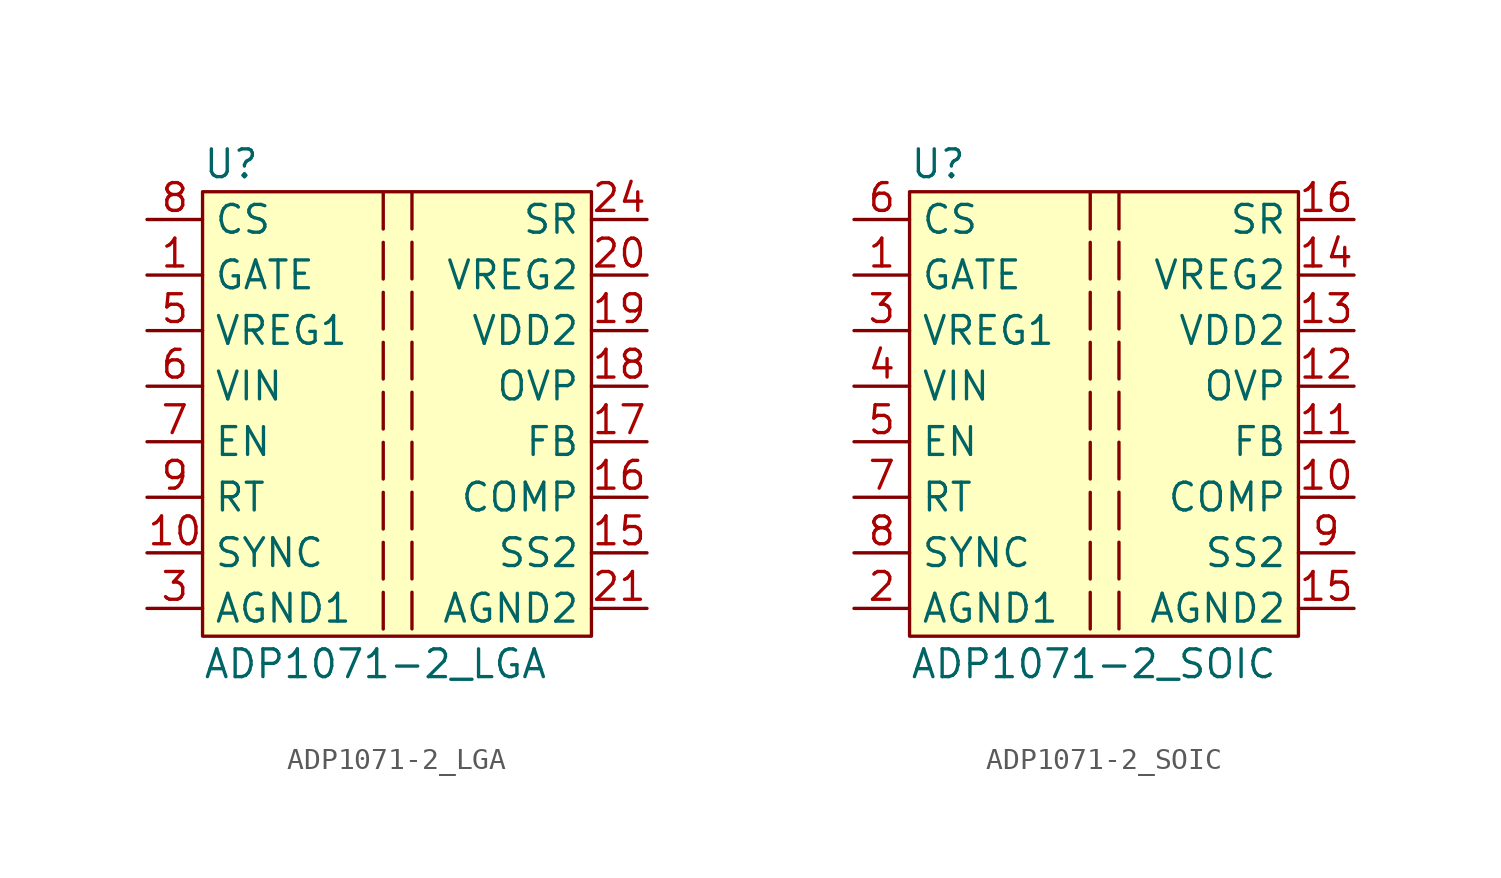
<source format=kicad_sym>
(kicad_symbol_lib
  (version 20241209)
  (generator "kicad_symbol_editor")
  (generator_version "9.0")
  (symbol "ADP1071-2_LGA"
    (property "Reference" "U"
      (at -8.89 11.43 0)
      (effects (font (size 1.27 1.27)) (justify left)))
    (property "Value" "ADP1071-2_LGA"
      (at -8.89 -11.43 0)
      (effects (font (size 1.27 1.27)) (justify left)))
    (symbol "ADP1071-2_LGA_1_1"
      (rectangle (start -8.89 10.16) (end 8.89 -10.16) (stroke (width 0) (type solid)) (fill (type background)))
      (polyline (pts (xy -0.629 10.132) (xy -0.629 -10.188)) (stroke (width 0) (type dash)) (fill (type none)))
      (polyline (pts (xy 0.684 10.137) (xy 0.684 -10.183)) (stroke (width 0) (type dash)) (fill (type none)))
      (pin input line (at -11.43 8.89 0) (length 2.54) (name "CS" (effects (font (size 1.27 1.27)))) (number "8" (effects (font (size 1.27 1.27)))))
      (pin output line (at -11.43 6.35 0) (length 2.54) (name "GATE" (effects (font (size 1.27 1.27)))) (number "1" (effects (font (size 1.27 1.27)))))
      (pin passive line (at -11.43 3.81 0) (length 2.54) (name "VREG1" (effects (font (size 1.27 1.27)))) (number "5" (effects (font (size 1.27 1.27)))))
      (pin power_in line (at -11.43 1.27 0) (length 2.54) (name "VIN" (effects (font (size 1.27 1.27)))) (number "6" (effects (font (size 1.27 1.27)))))
      (pin input line (at -11.43 -1.27 0) (length 2.54) (name "EN" (effects (font (size 1.27 1.27)))) (number "7" (effects (font (size 1.27 1.27)))))
      (pin passive line (at -11.43 -3.81 0) (length 2.54) (name "RT" (effects (font (size 1.27 1.27)))) (number "9" (effects (font (size 1.27 1.27)))))
      (pin input line (at -11.43 -6.35 0) (length 2.54) (name "SYNC" (effects (font (size 1.27 1.27)))) (number "10" (effects (font (size 1.27 1.27)))))
      (pin power_in line (at -11.43 -8.89 0) (length 2.54) (hide yes) (name "AGND1" (effects (font (size 1.27 1.27)))) (number "25" (effects (font (size 1.27 1.27)))))
      (pin power_in line (at -11.43 -8.89 0) (length 2.54) (name "AGND1" (effects (font (size 1.27 1.27)))) (number "3" (effects (font (size 1.27 1.27)))))
      (pin power_in line (at -11.43 -8.89 0) (length 2.54) (hide yes) (name "AGND1" (effects (font (size 1.27 1.27)))) (number "4" (effects (font (size 1.27 1.27)))))
      (pin output line (at 11.43 8.89 180) (length 2.54) (name "SR" (effects (font (size 1.27 1.27)))) (number "24" (effects (font (size 1.27 1.27)))))
      (pin passive line (at 11.43 6.35 180) (length 2.54) (name "VREG2" (effects (font (size 1.27 1.27)))) (number "20" (effects (font (size 1.27 1.27)))))
      (pin power_in line (at 11.43 3.81 180) (length 2.54) (name "VDD2" (effects (font (size 1.27 1.27)))) (number "19" (effects (font (size 1.27 1.27)))))
      (pin input line (at 11.43 1.27 180) (length 2.54) (name "OVP" (effects (font (size 1.27 1.27)))) (number "18" (effects (font (size 1.27 1.27)))))
      (pin input line (at 11.43 -1.27 180) (length 2.54) (name "FB" (effects (font (size 1.27 1.27)))) (number "17" (effects (font (size 1.27 1.27)))))
      (pin passive line (at 11.43 -3.81 180) (length 2.54) (name "COMP" (effects (font (size 1.27 1.27)))) (number "16" (effects (font (size 1.27 1.27)))))
      (pin passive line (at 11.43 -6.35 180) (length 2.54) (name "SS2" (effects (font (size 1.27 1.27)))) (number "15" (effects (font (size 1.27 1.27)))))
      (pin power_in line (at 11.43 -8.89 180) (length 2.54) (name "AGND2" (effects (font (size 1.27 1.27)))) (number "21" (effects (font (size 1.27 1.27)))))
      (pin power_in line (at 11.43 -8.89 180) (length 2.54) (hide yes) (name "AGND2" (effects (font (size 1.27 1.27)))) (number "22" (effects (font (size 1.27 1.27)))))
      (pin power_in line (at 11.43 -8.89 180) (length 2.54) (hide yes) (name "AGND2" (effects (font (size 1.27 1.27)))) (number "26" (effects (font (size 1.27 1.27)))))))
  (symbol "ADP1071-2_SOIC"
    (property "Reference" "U"
      (at -8.89 11.43 0)
      (effects (font (size 1.27 1.27)) (justify left)))
    (property "Value" "ADP1071-2_SOIC"
      (at -8.89 -11.43 0)
      (effects (font (size 1.27 1.27)) (justify left)))
    (symbol "ADP1071-2_SOIC_1_1"
      (rectangle (start -8.89 10.16) (end 8.89 -10.16) (stroke (width 0) (type solid)) (fill (type background)))
      (polyline (pts (xy -0.629 10.132) (xy -0.629 -10.188)) (stroke (width 0) (type dash)) (fill (type none)))
      (polyline (pts (xy 0.684 10.137) (xy 0.684 -10.183)) (stroke (width 0) (type dash)) (fill (type none)))
      (pin input line (at -11.43 8.89 0) (length 2.54) (name "CS" (effects (font (size 1.27 1.27)))) (number "6" (effects (font (size 1.27 1.27)))))
      (pin output line (at -11.43 6.35 0) (length 2.54) (name "GATE" (effects (font (size 1.27 1.27)))) (number "1" (effects (font (size 1.27 1.27)))))
      (pin passive line (at -11.43 3.81 0) (length 2.54) (name "VREG1" (effects (font (size 1.27 1.27)))) (number "3" (effects (font (size 1.27 1.27)))))
      (pin power_in line (at -11.43 1.27 0) (length 2.54) (name "VIN" (effects (font (size 1.27 1.27)))) (number "4" (effects (font (size 1.27 1.27)))))
      (pin input line (at -11.43 -1.27 0) (length 2.54) (name "EN" (effects (font (size 1.27 1.27)))) (number "5" (effects (font (size 1.27 1.27)))))
      (pin passive line (at -11.43 -3.81 0) (length 2.54) (name "RT" (effects (font (size 1.27 1.27)))) (number "7" (effects (font (size 1.27 1.27)))))
      (pin input line (at -11.43 -6.35 0) (length 2.54) (name "SYNC" (effects (font (size 1.27 1.27)))) (number "8" (effects (font (size 1.27 1.27)))))
      (pin power_in line (at -11.43 -8.89 0) (length 2.54) (name "AGND1" (effects (font (size 1.27 1.27)))) (number "2" (effects (font (size 1.27 1.27)))))
      (pin output line (at 11.43 8.89 180) (length 2.54) (name "SR" (effects (font (size 1.27 1.27)))) (number "16" (effects (font (size 1.27 1.27)))))
      (pin passive line (at 11.43 6.35 180) (length 2.54) (name "VREG2" (effects (font (size 1.27 1.27)))) (number "14" (effects (font (size 1.27 1.27)))))
      (pin power_in line (at 11.43 3.81 180) (length 2.54) (name "VDD2" (effects (font (size 1.27 1.27)))) (number "13" (effects (font (size 1.27 1.27)))))
      (pin input line (at 11.43 1.27 180) (length 2.54) (name "OVP" (effects (font (size 1.27 1.27)))) (number "12" (effects (font (size 1.27 1.27)))))
      (pin input line (at 11.43 -1.27 180) (length 2.54) (name "FB" (effects (font (size 1.27 1.27)))) (number "11" (effects (font (size 1.27 1.27)))))
      (pin passive line (at 11.43 -3.81 180) (length 2.54) (name "COMP" (effects (font (size 1.27 1.27)))) (number "10" (effects (font (size 1.27 1.27)))))
      (pin passive line (at 11.43 -6.35 180) (length 2.54) (name "SS2" (effects (font (size 1.27 1.27)))) (number "9" (effects (font (size 1.27 1.27)))))
      (pin power_in line (at 11.43 -8.89 180) (length 2.54) (name "AGND2" (effects (font (size 1.27 1.27)))) (number "15" (effects (font (size 1.27 1.27))))))))
</source>
